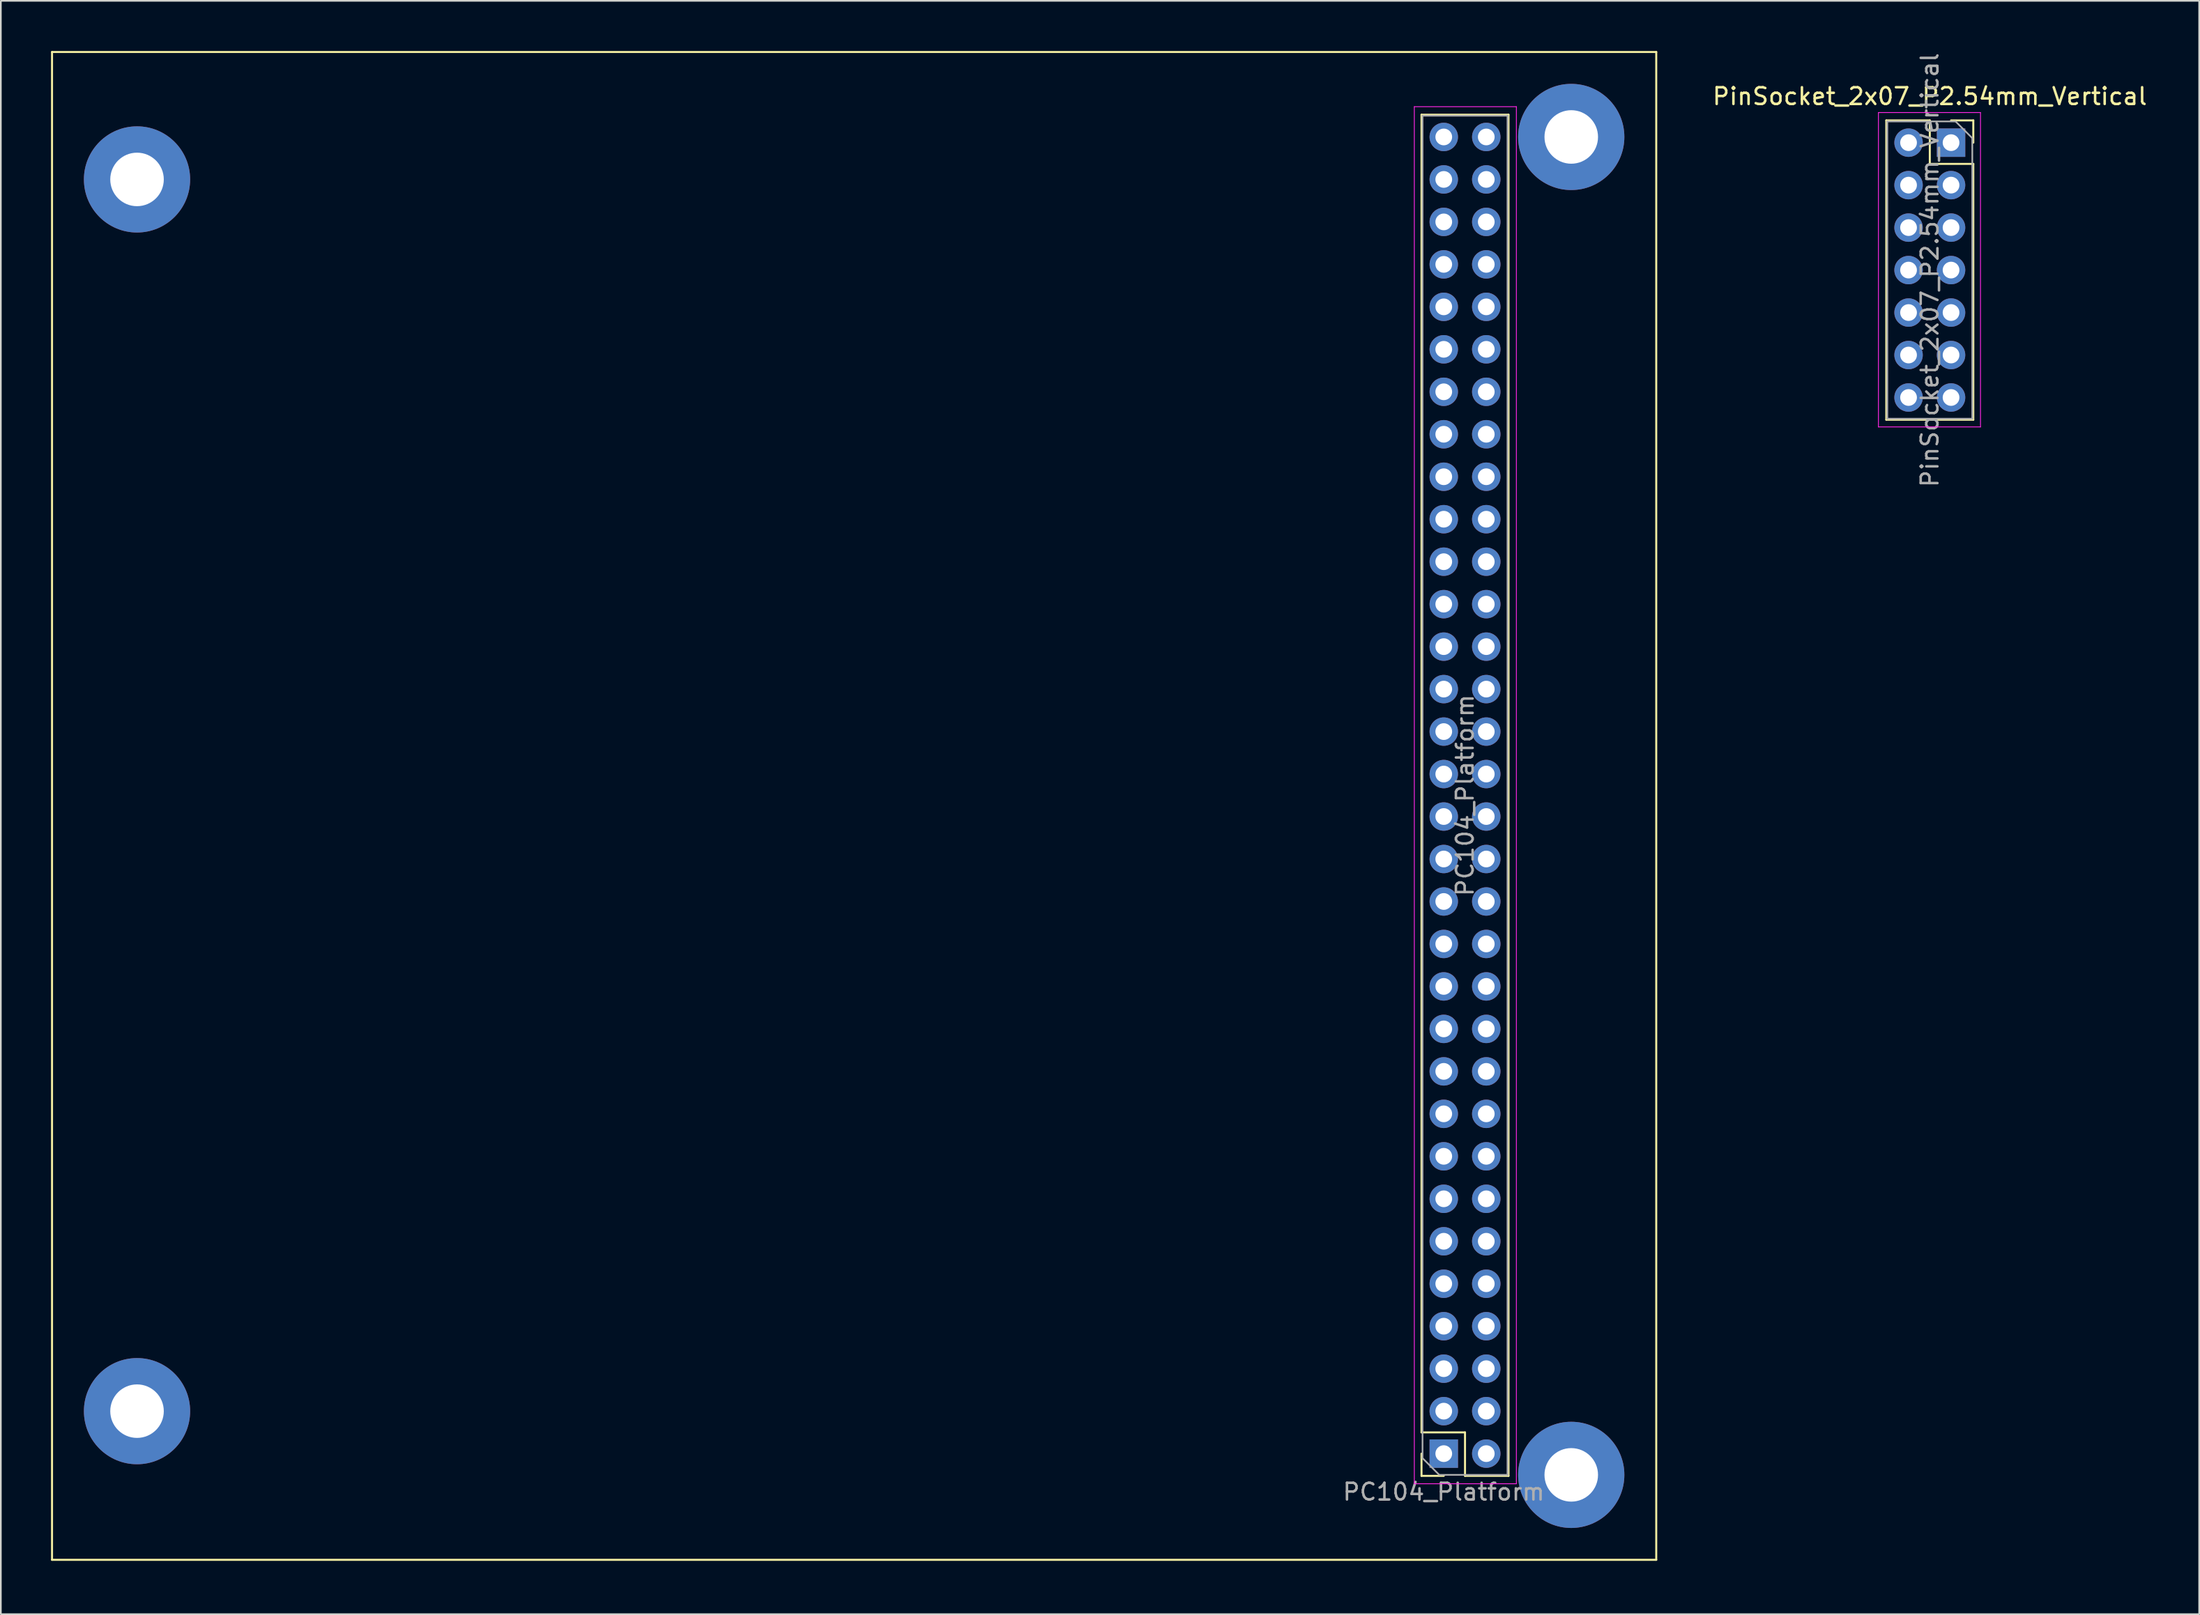
<source format=kicad_pcb>
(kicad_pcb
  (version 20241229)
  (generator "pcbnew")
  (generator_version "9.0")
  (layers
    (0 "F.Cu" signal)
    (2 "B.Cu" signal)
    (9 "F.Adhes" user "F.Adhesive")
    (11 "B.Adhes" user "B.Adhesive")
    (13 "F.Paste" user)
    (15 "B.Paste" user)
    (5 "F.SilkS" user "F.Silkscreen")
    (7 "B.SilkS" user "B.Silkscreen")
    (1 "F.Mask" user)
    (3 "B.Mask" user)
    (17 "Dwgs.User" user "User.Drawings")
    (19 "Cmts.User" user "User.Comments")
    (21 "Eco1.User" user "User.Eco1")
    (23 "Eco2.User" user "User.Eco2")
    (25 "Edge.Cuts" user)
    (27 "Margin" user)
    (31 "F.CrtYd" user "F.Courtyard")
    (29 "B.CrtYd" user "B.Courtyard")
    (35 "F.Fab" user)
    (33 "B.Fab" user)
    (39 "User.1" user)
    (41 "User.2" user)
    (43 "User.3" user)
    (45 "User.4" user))
  (footprint "PC104_Platform"
    (layer "F.Cu")
    (at 95.945 90.23)
    (property "Reference" "PC104_Platform" (at -12.7 -4.064 180) (layer "F.Fab") (effects (font (size 1 1) (thickness 0.15))))
    (attr through_hole)
    (fp_line (start -95.885 -90.17) (end 0 -90.17) (stroke (width 0.12) (type solid)) (layer "F.SilkS"))
    (fp_line (start -95.885 0) (end -95.885 -90.17) (stroke (width 0.12) (type solid)) (layer "F.SilkS"))
    (fp_line (start -14.03 -7.62) (end -14.03 -86.42) (stroke (width 0.12) (type solid)) (layer "F.SilkS"))
    (fp_line (start -14.03 -5.02) (end -14.03 -6.35) (stroke (width 0.12) (type solid)) (layer "F.SilkS"))
    (fp_line (start -12.7 -5.02) (end -14.03 -5.02) (stroke (width 0.12) (type solid)) (layer "F.SilkS"))
    (fp_line (start -11.43 -7.62) (end -14.03 -7.62) (stroke (width 0.12) (type solid)) (layer "F.SilkS"))
    (fp_line (start -11.43 -5.02) (end -11.43 -7.62) (stroke (width 0.12) (type solid)) (layer "F.SilkS"))
    (fp_line (start -8.83 -86.42) (end -14.03 -86.42) (stroke (width 0.12) (type solid)) (layer "F.SilkS"))
    (fp_line (start -8.83 -5.02) (end -11.43 -5.02) (stroke (width 0.12) (type solid)) (layer "F.SilkS"))
    (fp_line (start -8.83 -5.02) (end -8.83 -86.42) (stroke (width 0.12) (type solid)) (layer "F.SilkS"))
    (fp_line (start 0 -90.17) (end 0 0) (stroke (width 0.12) (type solid)) (layer "F.SilkS"))
    (fp_line (start 0 0) (end -95.885 0) (stroke (width 0.12) (type solid)) (layer "F.SilkS"))
    (fp_line (start -14.46 -86.9) (end -8.36 -86.9) (stroke (width 0.05) (type solid)) (layer "F.CrtYd"))
    (fp_line (start -14.46 -4.55) (end -14.46 -86.9) (stroke (width 0.05) (type solid)) (layer "F.CrtYd"))
    (fp_line (start -8.36 -86.9) (end -8.36 -4.55) (stroke (width 0.05) (type solid)) (layer "F.CrtYd"))
    (fp_line (start -8.36 -4.55) (end -14.46 -4.55) (stroke (width 0.05) (type solid)) (layer "F.CrtYd"))
    (fp_line (start -13.97 -86.36) (end -8.89 -86.36) (stroke (width 0.1) (type solid)) (layer "F.Fab"))
    (fp_line (start -13.97 -6.08) (end -13.97 -86.36) (stroke (width 0.1) (type solid)) (layer "F.Fab"))
    (fp_line (start -12.97 -5.08) (end -13.97 -6.08) (stroke (width 0.1) (type solid)) (layer "F.Fab"))
    (fp_line (start -8.89 -86.36) (end -8.89 -5.08) (stroke (width 0.1) (type solid)) (layer "F.Fab"))
    (fp_line (start -8.89 -5.08) (end -12.97 -5.08) (stroke (width 0.1) (type solid)) (layer "F.Fab"))
    (fp_text user "${REFERENCE}" (at -11.43 -45.72 90) (layer "F.Fab") (effects (font (size 1 1) (thickness 0.15))))
    (pad "1" thru_hole rect (at -12.7 -6.35 180) (size 1.7 1.7) (drill 1) (layers "*.Cu" "*.Mask"))
    (pad "2" thru_hole oval (at -10.16 -6.35 180) (size 1.7 1.7) (drill 1) (layers "*.Cu" "*.Mask"))
    (pad "3" thru_hole oval (at -12.7 -8.89 180) (size 1.7 1.7) (drill 1) (layers "*.Cu" "*.Mask"))
    (pad "4" thru_hole oval (at -10.16 -8.89 180) (size 1.7 1.7) (drill 1) (layers "*.Cu" "*.Mask"))
    (pad "5" thru_hole oval (at -12.7 -11.43 180) (size 1.7 1.7) (drill 1) (layers "*.Cu" "*.Mask"))
    (pad "6" thru_hole oval (at -10.16 -11.43 180) (size 1.7 1.7) (drill 1) (layers "*.Cu" "*.Mask"))
    (pad "7" thru_hole oval (at -12.7 -13.97 180) (size 1.7 1.7) (drill 1) (layers "*.Cu" "*.Mask"))
    (pad "8" thru_hole oval (at -10.16 -13.97 180) (size 1.7 1.7) (drill 1) (layers "*.Cu" "*.Mask"))
    (pad "9" thru_hole oval (at -12.7 -16.51 180) (size 1.7 1.7) (drill 1) (layers "*.Cu" "*.Mask"))
    (pad "10" thru_hole oval (at -10.16 -16.51 180) (size 1.7 1.7) (drill 1) (layers "*.Cu" "*.Mask"))
    (pad "11" thru_hole oval (at -12.7 -19.05 180) (size 1.7 1.7) (drill 1) (layers "*.Cu" "*.Mask"))
    (pad "12" thru_hole oval (at -10.16 -19.05 180) (size 1.7 1.7) (drill 1) (layers "*.Cu" "*.Mask"))
    (pad "13" thru_hole oval (at -12.7 -21.59 180) (size 1.7 1.7) (drill 1) (layers "*.Cu" "*.Mask"))
    (pad "14" thru_hole oval (at -10.16 -21.59 180) (size 1.7 1.7) (drill 1) (layers "*.Cu" "*.Mask"))
    (pad "15" thru_hole oval (at -12.7 -24.13 180) (size 1.7 1.7) (drill 1) (layers "*.Cu" "*.Mask"))
    (pad "16" thru_hole oval (at -10.16 -24.13 180) (size 1.7 1.7) (drill 1) (layers "*.Cu" "*.Mask"))
    (pad "17" thru_hole oval (at -12.7 -26.67 180) (size 1.7 1.7) (drill 1) (layers "*.Cu" "*.Mask"))
    (pad "18" thru_hole oval (at -10.16 -26.67 180) (size 1.7 1.7) (drill 1) (layers "*.Cu" "*.Mask"))
    (pad "19" thru_hole oval (at -12.7 -29.21 180) (size 1.7 1.7) (drill 1) (layers "*.Cu" "*.Mask"))
    (pad "20" thru_hole oval (at -10.16 -29.21 180) (size 1.7 1.7) (drill 1) (layers "*.Cu" "*.Mask"))
    (pad "21" thru_hole oval (at -12.7 -31.75 180) (size 1.7 1.7) (drill 1) (layers "*.Cu" "*.Mask"))
    (pad "22" thru_hole oval (at -10.16 -31.75 180) (size 1.7 1.7) (drill 1) (layers "*.Cu" "*.Mask"))
    (pad "23" thru_hole oval (at -12.7 -34.29 180) (size 1.7 1.7) (drill 1) (layers "*.Cu" "*.Mask"))
    (pad "24" thru_hole oval (at -10.16 -34.29 180) (size 1.7 1.7) (drill 1) (layers "*.Cu" "*.Mask"))
    (pad "25" thru_hole oval (at -12.7 -36.83 180) (size 1.7 1.7) (drill 1) (layers "*.Cu" "*.Mask"))
    (pad "26" thru_hole oval (at -10.16 -36.83 180) (size 1.7 1.7) (drill 1) (layers "*.Cu" "*.Mask"))
    (pad "27" thru_hole oval (at -12.7 -39.37 180) (size 1.7 1.7) (drill 1) (layers "*.Cu" "*.Mask"))
    (pad "28" thru_hole oval (at -10.16 -39.37 180) (size 1.7 1.7) (drill 1) (layers "*.Cu" "*.Mask"))
    (pad "29" thru_hole oval (at -12.7 -41.91 180) (size 1.7 1.7) (drill 1) (layers "*.Cu" "*.Mask"))
    (pad "30" thru_hole oval (at -10.16 -41.91 180) (size 1.7 1.7) (drill 1) (layers "*.Cu" "*.Mask"))
    (pad "31" thru_hole oval (at -12.7 -44.45 180) (size 1.7 1.7) (drill 1) (layers "*.Cu" "*.Mask"))
    (pad "32" thru_hole oval (at -10.16 -44.45 180) (size 1.7 1.7) (drill 1) (layers "*.Cu" "*.Mask"))
    (pad "33" thru_hole oval (at -12.7 -46.99 180) (size 1.7 1.7) (drill 1) (layers "*.Cu" "*.Mask"))
    (pad "34" thru_hole oval (at -10.16 -46.99 180) (size 1.7 1.7) (drill 1) (layers "*.Cu" "*.Mask"))
    (pad "35" thru_hole oval (at -12.7 -49.53 180) (size 1.7 1.7) (drill 1) (layers "*.Cu" "*.Mask"))
    (pad "36" thru_hole oval (at -10.16 -49.53 180) (size 1.7 1.7) (drill 1) (layers "*.Cu" "*.Mask"))
    (pad "37" thru_hole oval (at -12.7 -52.07 180) (size 1.7 1.7) (drill 1) (layers "*.Cu" "*.Mask"))
    (pad "38" thru_hole oval (at -10.16 -52.07 180) (size 1.7 1.7) (drill 1) (layers "*.Cu" "*.Mask"))
    (pad "39" thru_hole oval (at -12.7 -54.61 180) (size 1.7 1.7) (drill 1) (layers "*.Cu" "*.Mask"))
    (pad "40" thru_hole oval (at -10.16 -54.61 180) (size 1.7 1.7) (drill 1) (layers "*.Cu" "*.Mask"))
    (pad "41" thru_hole oval (at -12.7 -57.15 180) (size 1.7 1.7) (drill 1) (layers "*.Cu" "*.Mask"))
    (pad "42" thru_hole oval (at -10.16 -57.15 180) (size 1.7 1.7) (drill 1) (layers "*.Cu" "*.Mask"))
    (pad "43" thru_hole oval (at -12.7 -59.69 180) (size 1.7 1.7) (drill 1) (layers "*.Cu" "*.Mask"))
    (pad "44" thru_hole oval (at -10.16 -59.69 180) (size 1.7 1.7) (drill 1) (layers "*.Cu" "*.Mask"))
    (pad "45" thru_hole oval (at -12.7 -62.23 180) (size 1.7 1.7) (drill 1) (layers "*.Cu" "*.Mask"))
    (pad "46" thru_hole oval (at -10.16 -62.23 180) (size 1.7 1.7) (drill 1) (layers "*.Cu" "*.Mask"))
    (pad "47" thru_hole oval (at -12.7 -64.77 180) (size 1.7 1.7) (drill 1) (layers "*.Cu" "*.Mask"))
    (pad "48" thru_hole oval (at -10.16 -64.77 180) (size 1.7 1.7) (drill 1) (layers "*.Cu" "*.Mask"))
    (pad "49" thru_hole oval (at -12.7 -67.31 180) (size 1.7 1.7) (drill 1) (layers "*.Cu" "*.Mask"))
    (pad "50" thru_hole oval (at -10.16 -67.31 180) (size 1.7 1.7) (drill 1) (layers "*.Cu" "*.Mask"))
    (pad "51" thru_hole oval (at -12.7 -69.85 180) (size 1.7 1.7) (drill 1) (layers "*.Cu" "*.Mask"))
    (pad "52" thru_hole oval (at -10.16 -69.85 180) (size 1.7 1.7) (drill 1) (layers "*.Cu" "*.Mask"))
    (pad "53" thru_hole oval (at -12.7 -72.39 180) (size 1.7 1.7) (drill 1) (layers "*.Cu" "*.Mask"))
    (pad "54" thru_hole oval (at -10.16 -72.39 180) (size 1.7 1.7) (drill 1) (layers "*.Cu" "*.Mask"))
    (pad "55" thru_hole oval (at -12.7 -74.93 180) (size 1.7 1.7) (drill 1) (layers "*.Cu" "*.Mask"))
    (pad "56" thru_hole oval (at -10.16 -74.93 180) (size 1.7 1.7) (drill 1) (layers "*.Cu" "*.Mask"))
    (pad "57" thru_hole oval (at -12.7 -77.47 180) (size 1.7 1.7) (drill 1) (layers "*.Cu" "*.Mask"))
    (pad "58" thru_hole oval (at -10.16 -77.47 180) (size 1.7 1.7) (drill 1) (layers "*.Cu" "*.Mask"))
    (pad "59" thru_hole oval (at -12.7 -80.01 180) (size 1.7 1.7) (drill 1) (layers "*.Cu" "*.Mask"))
    (pad "60" thru_hole oval (at -10.16 -80.01 180) (size 1.7 1.7) (drill 1) (layers "*.Cu" "*.Mask"))
    (pad "61" thru_hole oval (at -12.7 -82.55 180) (size 1.7 1.7) (drill 1) (layers "*.Cu" "*.Mask"))
    (pad "62" thru_hole oval (at -10.16 -82.55 180) (size 1.7 1.7) (drill 1) (layers "*.Cu" "*.Mask"))
    (pad "63" thru_hole oval (at -12.7 -85.09 180) (size 1.7 1.7) (drill 1) (layers "*.Cu" "*.Mask"))
    (pad "64" thru_hole oval (at -10.16 -85.09 180) (size 1.7 1.7) (drill 1) (layers "*.Cu" "*.Mask"))
    (pad "MP" thru_hole circle (at -90.805 -82.55) (size 6.35 6.35) (drill 3.2) (layers "*.Cu" "*.Mask"))
    (pad "MP" thru_hole circle (at -90.805 -8.89) (size 6.35 6.35) (drill 3.2) (layers "*.Cu" "*.Mask"))
    (pad "MP" thru_hole circle (at -5.08 -85.09) (size 6.35 6.35) (drill 3.2) (layers "*.Cu" "*.Mask"))
    (pad "MP" thru_hole circle (at -5.08 -5.08) (size 6.35 6.35) (drill 3.2) (layers "*.Cu" "*.Mask")))
  (footprint "PinSocket_2x07_P2.54mm_Vertical"
    (layer "F.Cu")
    (at 113.566 5.481)
    (property "Reference" "PinSocket_2x07_P2.54mm_Vertical" (at -1.27 -2.77 0) (layer "F.SilkS") (effects (font (size 1 1) (thickness 0.15))))
    (attr through_hole)
    (fp_line (start -3.87 -1.33) (end -3.87 16.57) (stroke (width 0.12) (type solid)) (layer "F.SilkS"))
    (fp_line (start -3.87 -1.33) (end -1.27 -1.33) (stroke (width 0.12) (type solid)) (layer "F.SilkS"))
    (fp_line (start -3.87 16.57) (end 1.33 16.57) (stroke (width 0.12) (type solid)) (layer "F.SilkS"))
    (fp_line (start -1.27 -1.33) (end -1.27 1.27) (stroke (width 0.12) (type solid)) (layer "F.SilkS"))
    (fp_line (start -1.27 1.27) (end 1.33 1.27) (stroke (width 0.12) (type solid)) (layer "F.SilkS"))
    (fp_line (start 0 -1.33) (end 1.33 -1.33) (stroke (width 0.12) (type solid)) (layer "F.SilkS"))
    (fp_line (start 1.33 -1.33) (end 1.33 0) (stroke (width 0.12) (type solid)) (layer "F.SilkS"))
    (fp_line (start 1.33 1.27) (end 1.33 16.57) (stroke (width 0.12) (type solid)) (layer "F.SilkS"))
    (fp_line (start -4.34 -1.8) (end 1.76 -1.8) (stroke (width 0.05) (type solid)) (layer "F.CrtYd"))
    (fp_line (start -4.34 17) (end -4.34 -1.8) (stroke (width 0.05) (type solid)) (layer "F.CrtYd"))
    (fp_line (start 1.76 -1.8) (end 1.76 17) (stroke (width 0.05) (type solid)) (layer "F.CrtYd"))
    (fp_line (start 1.76 17) (end -4.34 17) (stroke (width 0.05) (type solid)) (layer "F.CrtYd"))
    (fp_line (start -3.81 -1.27) (end 0.27 -1.27) (stroke (width 0.1) (type solid)) (layer "F.Fab"))
    (fp_line (start -3.81 16.51) (end -3.81 -1.27) (stroke (width 0.1) (type solid)) (layer "F.Fab"))
    (fp_line (start 0.27 -1.27) (end 1.27 -0.27) (stroke (width 0.1) (type solid)) (layer "F.Fab"))
    (fp_line (start 1.27 -0.27) (end 1.27 16.51) (stroke (width 0.1) (type solid)) (layer "F.Fab"))
    (fp_line (start 1.27 16.51) (end -3.81 16.51) (stroke (width 0.1) (type solid)) (layer "F.Fab"))
    (fp_text user "${REFERENCE}" (at -1.27 7.62 90) (layer "F.Fab") (effects (font (size 1 1) (thickness 0.15))))
    (pad "1" thru_hole rect (at 0 0) (size 1.7 1.7) (drill 1) (layers "*.Cu" "*.Mask"))
    (pad "2" thru_hole oval (at -2.54 0) (size 1.7 1.7) (drill 1) (layers "*.Cu" "*.Mask"))
    (pad "3" thru_hole oval (at 0 2.54) (size 1.7 1.7) (drill 1) (layers "*.Cu" "*.Mask"))
    (pad "4" thru_hole oval (at -2.54 2.54) (size 1.7 1.7) (drill 1) (layers "*.Cu" "*.Mask"))
    (pad "5" thru_hole oval (at 0 5.08) (size 1.7 1.7) (drill 1) (layers "*.Cu" "*.Mask"))
    (pad "6" thru_hole oval (at -2.54 5.08) (size 1.7 1.7) (drill 1) (layers "*.Cu" "*.Mask"))
    (pad "7" thru_hole oval (at 0 7.62) (size 1.7 1.7) (drill 1) (layers "*.Cu" "*.Mask"))
    (pad "8" thru_hole oval (at -2.54 7.62) (size 1.7 1.7) (drill 1) (layers "*.Cu" "*.Mask"))
    (pad "9" thru_hole oval (at 0 10.16) (size 1.7 1.7) (drill 1) (layers "*.Cu" "*.Mask"))
    (pad "10" thru_hole oval (at -2.54 10.16) (size 1.7 1.7) (drill 1) (layers "*.Cu" "*.Mask"))
    (pad "11" thru_hole oval (at 0 12.7) (size 1.7 1.7) (drill 1) (layers "*.Cu" "*.Mask"))
    (pad "12" thru_hole oval (at -2.54 12.7) (size 1.7 1.7) (drill 1) (layers "*.Cu" "*.Mask"))
    (pad "13" thru_hole oval (at 0 15.24) (size 1.7 1.7) (drill 1) (layers "*.Cu" "*.Mask"))
    (pad "14" thru_hole oval (at -2.54 15.24) (size 1.7 1.7) (drill 1) (layers "*.Cu" "*.Mask")))
  (gr_rect
    (start -3 -3)
    (end 128.397 93.48)
    (stroke (width 0.1) (type default))
    (fill no)
    (layer "Edge.Cuts")))
</source>
